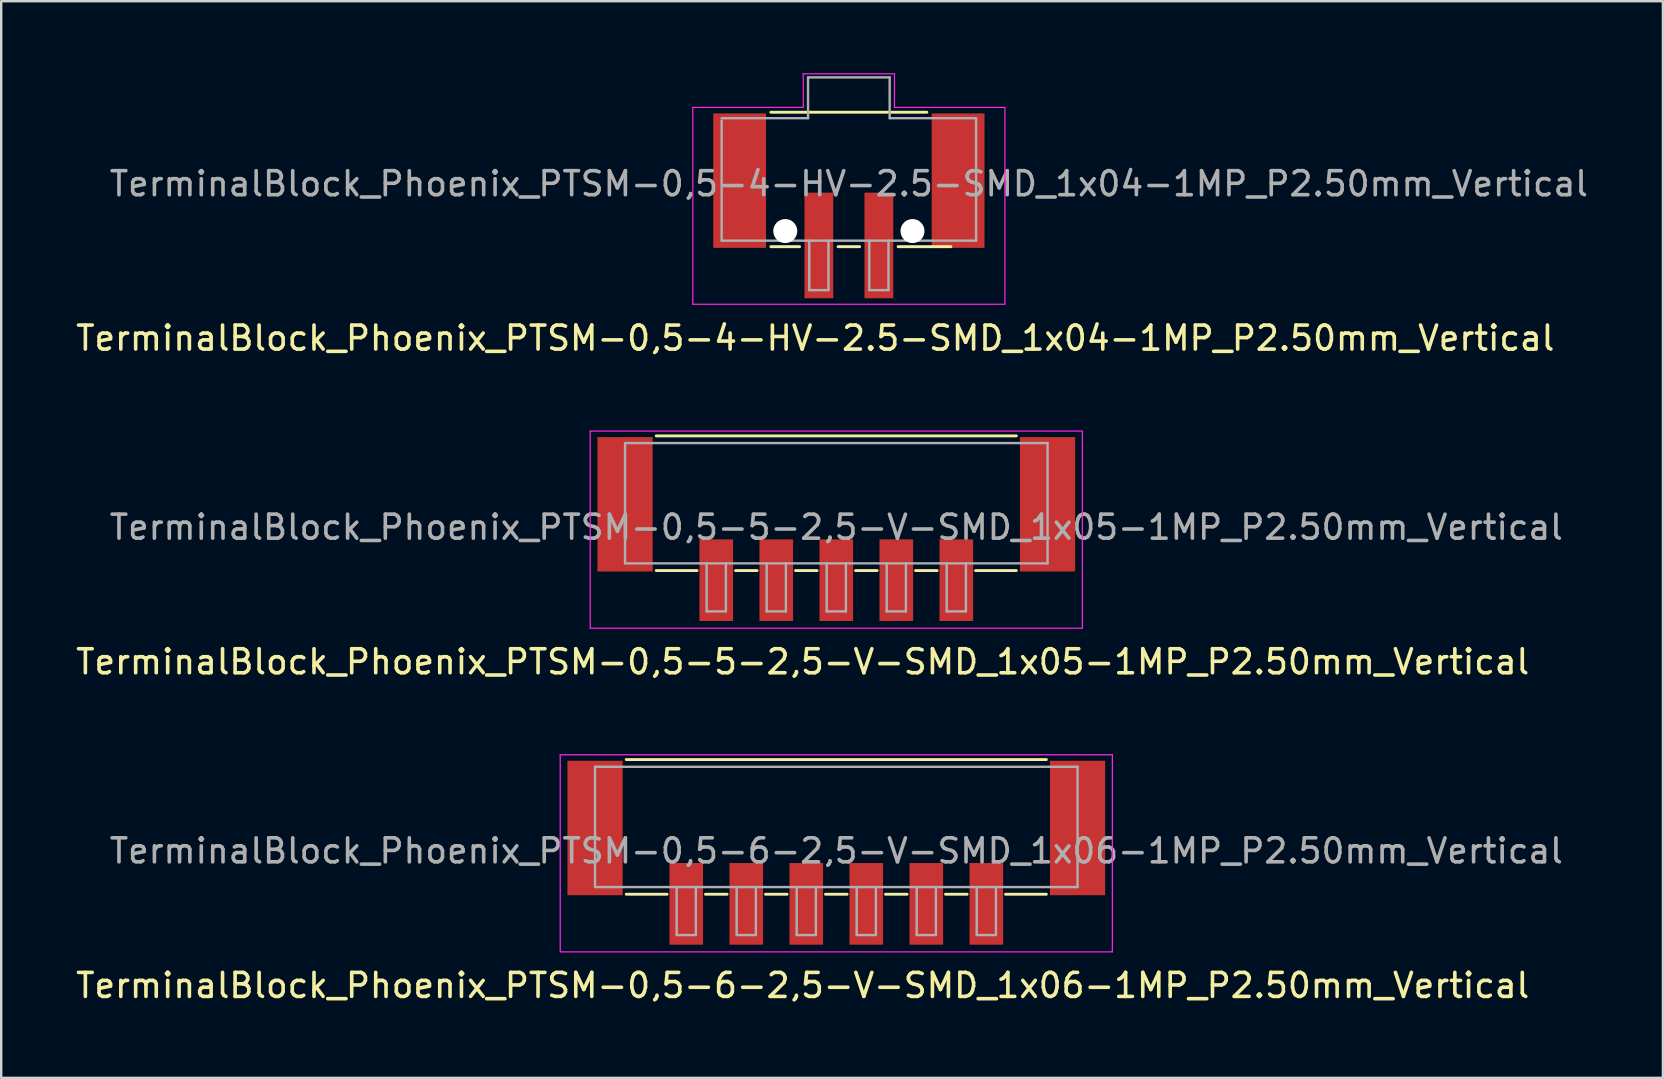
<source format=kicad_pcb>
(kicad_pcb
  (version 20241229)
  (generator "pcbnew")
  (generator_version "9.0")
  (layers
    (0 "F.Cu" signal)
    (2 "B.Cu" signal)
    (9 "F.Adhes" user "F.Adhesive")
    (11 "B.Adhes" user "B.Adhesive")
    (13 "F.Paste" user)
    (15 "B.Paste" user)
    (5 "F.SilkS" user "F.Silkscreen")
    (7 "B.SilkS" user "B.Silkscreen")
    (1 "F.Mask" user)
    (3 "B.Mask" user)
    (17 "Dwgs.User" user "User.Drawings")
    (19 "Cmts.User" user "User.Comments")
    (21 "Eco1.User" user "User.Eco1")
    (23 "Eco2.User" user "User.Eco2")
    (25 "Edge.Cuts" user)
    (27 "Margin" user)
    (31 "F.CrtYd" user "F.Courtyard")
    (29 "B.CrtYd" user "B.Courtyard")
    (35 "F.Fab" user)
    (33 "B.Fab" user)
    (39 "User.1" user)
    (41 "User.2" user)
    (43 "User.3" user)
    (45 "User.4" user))
  (footprint "TerminalBlock_Phoenix_PTSM-0,5-4-HV-2.5-SMD_1x04-1MP_P2.50mm_Vertical"
    (layer "F.Cu")
    (at 32.311 5.525)
    (property "Reference" "TerminalBlock_Phoenix_PTSM-0,5-4-HV-2.5-SMD_1x04-1MP_P2.50mm_Vertical" (at -1.4 5.51 0) (layer "F.SilkS") (effects (font (size 1 1) (thickness 0.15))))
    (attr smd)
    (fp_line (start -3.25 -3.9) (end 3.25 -3.9) (stroke (width 0.12) (type solid)) (layer "F.SilkS"))
    (fp_line (start -2.05 1.7) (end -3.25 1.7) (stroke (width 0.12) (type solid)) (layer "F.SilkS"))
    (fp_line (start 0.45 1.7) (end -0.45 1.7) (stroke (width 0.12) (type solid)) (layer "F.SilkS"))
    (fp_line (start 4.25 1.7) (end 2.05 1.7) (stroke (width 0.12) (type solid)) (layer "F.SilkS"))
    (fp_line (start -6.5 -4.1) (end -1.9 -4.1) (stroke (width 0.05) (type solid)) (layer "F.CrtYd"))
    (fp_line (start -6.5 4.1) (end -6.5 -4.1) (stroke (width 0.05) (type solid)) (layer "F.CrtYd"))
    (fp_line (start -1.9 -5.5) (end 1.9 -5.5) (stroke (width 0.05) (type solid)) (layer "F.CrtYd"))
    (fp_line (start -1.9 -4.1) (end -1.9 -5.5) (stroke (width 0.05) (type solid)) (layer "F.CrtYd"))
    (fp_line (start 1.9 -4.1) (end 1.9 -5.5) (stroke (width 0.05) (type solid)) (layer "F.CrtYd"))
    (fp_line (start 6.5 -4.1) (end 1.9 -4.1) (stroke (width 0.05) (type solid)) (layer "F.CrtYd"))
    (fp_line (start 6.5 -4.1) (end 6.5 4.1) (stroke (width 0.05) (type solid)) (layer "F.CrtYd"))
    (fp_line (start 6.5 4.1) (end -6.5 4.1) (stroke (width 0.05) (type solid)) (layer "F.CrtYd"))
    (fp_line (start -5.3 -3.65) (end -1.7 -3.65) (stroke (width 0.1) (type solid)) (layer "F.Fab"))
    (fp_line (start -5.3 1.45) (end -5.3 -3.55) (stroke (width 0.1) (type solid)) (layer "F.Fab"))
    (fp_line (start -1.7 -5.35) (end 1.7 -5.35) (stroke (width 0.1) (type solid)) (layer "F.Fab"))
    (fp_line (start -1.7 -3.65) (end -1.7 -5.35) (stroke (width 0.1) (type solid)) (layer "F.Fab"))
    (fp_line (start -1.65 1.45) (end -1.65 3.51) (stroke (width 0.1) (type solid)) (layer "F.Fab"))
    (fp_line (start -1.65 3.51) (end -0.85 3.51) (stroke (width 0.1) (type solid)) (layer "F.Fab"))
    (fp_line (start -0.85 1.45) (end -0.85 3.51) (stroke (width 0.1) (type solid)) (layer "F.Fab"))
    (fp_line (start 0.85 1.45) (end 0.85 3.51) (stroke (width 0.1) (type solid)) (layer "F.Fab"))
    (fp_line (start 0.85 3.51) (end 1.65 3.51) (stroke (width 0.1) (type solid)) (layer "F.Fab"))
    (fp_line (start 1.65 1.45) (end 1.65 3.51) (stroke (width 0.1) (type solid)) (layer "F.Fab"))
    (fp_line (start 1.7 -5.35) (end 1.7 -3.65) (stroke (width 0.1) (type solid)) (layer "F.Fab"))
    (fp_line (start 1.7 -3.65) (end 5.3 -3.65) (stroke (width 0.1) (type solid)) (layer "F.Fab"))
    (fp_line (start 5.3 1.45) (end -5.3 1.45) (stroke (width 0.1) (type solid)) (layer "F.Fab"))
    (fp_line (start 5.3 1.45) (end 5.3 -3.6) (stroke (width 0.1) (type solid)) (layer "F.Fab"))
    (fp_text user "${REFERENCE}" (at 0 -0.92 0) (layer "F.Fab") (effects (font (size 1 1) (thickness 0.15))))
    (pad "" np_thru_hole circle (at -2.65 1.05) (size 1 1) (drill 1) (layers "*.Cu" "*.Mask"))
    (pad "" np_thru_hole circle (at 2.65 1.05) (size 1 1) (drill 1) (layers "*.Cu" "*.Mask"))
    (pad "1" smd rect (at -1.25 1.65 180) (size 1.2 4.4) (layers "F.Cu" "F.Mask" "F.Paste"))
    (pad "2" smd rect (at 1.25 1.65 180) (size 1.2 4.4) (layers "F.Cu" "F.Mask" "F.Paste"))
    (pad "MP" smd rect (at -4.55 -1.05 180) (size 2.2 5.6) (layers "F.Cu" "F.Mask" "F.Paste"))
    (pad "MP" smd rect (at 4.55 -1.05 180) (size 2.2 5.6) (layers "F.Cu" "F.Mask" "F.Paste")))
  (footprint "TerminalBlock_Phoenix_PTSM-0,5-6-2,5-V-SMD_1x06-1MP_P2.50mm_Vertical"
    (layer "F.Cu")
    (at 31.787 32.471)
    (property "Reference" "TerminalBlock_Phoenix_PTSM-0,5-6-2,5-V-SMD_1x06-1MP_P2.50mm_Vertical" (at -1.4 5.53 0) (layer "F.SilkS") (effects (font (size 1 1) (thickness 0.15))))
    (attr smd)
    (fp_line (start -8.75 -3.88) (end 8.75 -3.88) (stroke (width 0.12) (type solid)) (layer "F.SilkS"))
    (fp_line (start -7.05 1.73) (end -8.75 1.73) (stroke (width 0.12) (type solid)) (layer "F.SilkS"))
    (fp_line (start -4.55 1.73) (end -5.45 1.73) (stroke (width 0.12) (type solid)) (layer "F.SilkS"))
    (fp_line (start -2.05 1.73) (end -2.95 1.73) (stroke (width 0.12) (type solid)) (layer "F.SilkS"))
    (fp_line (start 0.45 1.73) (end -0.45 1.73) (stroke (width 0.12) (type solid)) (layer "F.SilkS"))
    (fp_line (start 2.95 1.73) (end 2.05 1.73) (stroke (width 0.12) (type solid)) (layer "F.SilkS"))
    (fp_line (start 5.45 1.73) (end 4.55 1.73) (stroke (width 0.12) (type solid)) (layer "F.SilkS"))
    (fp_line (start 8.75 1.73) (end 7.05 1.73) (stroke (width 0.12) (type solid)) (layer "F.SilkS"))
    (fp_line (start -11.5 -4.08) (end 11.5 -4.08) (stroke (width 0.05) (type solid)) (layer "F.CrtYd"))
    (fp_line (start -11.5 4.13) (end -11.5 -4.08) (stroke (width 0.05) (type solid)) (layer "F.CrtYd"))
    (fp_line (start 11.5 -4.08) (end 11.5 4.13) (stroke (width 0.05) (type solid)) (layer "F.CrtYd"))
    (fp_line (start 11.5 4.13) (end -11.5 4.13) (stroke (width 0.05) (type solid)) (layer "F.CrtYd"))
    (fp_line (start -10.05 -3.58) (end 10.05 -3.58) (stroke (width 0.1) (type solid)) (layer "F.Fab"))
    (fp_line (start -10.05 1.43) (end -10.05 -3.58) (stroke (width 0.1) (type solid)) (layer "F.Fab"))
    (fp_line (start -6.65 1.43) (end -6.65 3.43) (stroke (width 0.1) (type solid)) (layer "F.Fab"))
    (fp_line (start -6.65 3.43) (end -5.85 3.43) (stroke (width 0.1) (type solid)) (layer "F.Fab"))
    (fp_line (start -5.85 1.43) (end -5.85 3.43) (stroke (width 0.1) (type solid)) (layer "F.Fab"))
    (fp_line (start -4.15 1.43) (end -4.15 3.43) (stroke (width 0.1) (type solid)) (layer "F.Fab"))
    (fp_line (start -4.15 3.43) (end -3.35 3.43) (stroke (width 0.1) (type solid)) (layer "F.Fab"))
    (fp_line (start -3.35 1.43) (end -3.35 3.43) (stroke (width 0.1) (type solid)) (layer "F.Fab"))
    (fp_line (start -1.65 1.43) (end -1.65 3.43) (stroke (width 0.1) (type solid)) (layer "F.Fab"))
    (fp_line (start -1.65 3.43) (end -0.85 3.43) (stroke (width 0.1) (type solid)) (layer "F.Fab"))
    (fp_line (start -0.85 1.43) (end -0.85 3.43) (stroke (width 0.1) (type solid)) (layer "F.Fab"))
    (fp_line (start 0.85 1.43) (end 0.85 3.43) (stroke (width 0.1) (type solid)) (layer "F.Fab"))
    (fp_line (start 0.85 3.43) (end 1.65 3.43) (stroke (width 0.1) (type solid)) (layer "F.Fab"))
    (fp_line (start 1.65 1.43) (end 1.65 3.43) (stroke (width 0.1) (type solid)) (layer "F.Fab"))
    (fp_line (start 3.35 1.43) (end 3.35 3.43) (stroke (width 0.1) (type solid)) (layer "F.Fab"))
    (fp_line (start 3.35 3.43) (end 4.15 3.43) (stroke (width 0.1) (type solid)) (layer "F.Fab"))
    (fp_line (start 4.15 1.43) (end 4.15 3.43) (stroke (width 0.1) (type solid)) (layer "F.Fab"))
    (fp_line (start 5.85 1.43) (end 5.85 3.43) (stroke (width 0.1) (type solid)) (layer "F.Fab"))
    (fp_line (start 5.85 3.43) (end 6.65 3.43) (stroke (width 0.1) (type solid)) (layer "F.Fab"))
    (fp_line (start 6.65 1.43) (end 6.65 3.43) (stroke (width 0.1) (type solid)) (layer "F.Fab"))
    (fp_line (start 10.05 1.43) (end -10.05 1.43) (stroke (width 0.1) (type solid)) (layer "F.Fab"))
    (fp_line (start 10.05 1.43) (end 10.05 -3.58) (stroke (width 0.1) (type solid)) (layer "F.Fab"))
    (fp_text user "${REFERENCE}" (at 0 -0.075 0) (layer "F.Fab") (effects (font (size 1 1) (thickness 0.15))))
    (pad "1" smd rect (at -6.25 2.13 180) (size 1.4 3.4) (layers "F.Cu" "F.Mask" "F.Paste"))
    (pad "2" smd rect (at -3.75 2.13 180) (size 1.4 3.4) (layers "F.Cu" "F.Mask" "F.Paste"))
    (pad "3" smd rect (at -1.25 2.13 180) (size 1.4 3.4) (layers "F.Cu" "F.Mask" "F.Paste"))
    (pad "4" smd rect (at 1.25 2.13 180) (size 1.4 3.4) (layers "F.Cu" "F.Mask" "F.Paste"))
    (pad "5" smd rect (at 3.75 2.13 180) (size 1.4 3.4) (layers "F.Cu" "F.Mask" "F.Paste"))
    (pad "6" smd rect (at 6.25 2.13 180) (size 1.4 3.4) (layers "F.Cu" "F.Mask" "F.Paste"))
    (pad "MP" smd rect (at -10.05 -1.03 180) (size 2.3 5.6) (layers "F.Cu" "F.Mask" "F.Paste"))
    (pad "MP" smd rect (at 10.05 -1.03 180) (size 2.3 5.6) (layers "F.Cu" "F.Mask" "F.Paste")))
  (footprint "TerminalBlock_Phoenix_PTSM-0,5-5-2,5-V-SMD_1x05-1MP_P2.50mm_Vertical"
    (layer "F.Cu")
    (at 31.787 18.988)
    (property "Reference" "TerminalBlock_Phoenix_PTSM-0,5-5-2,5-V-SMD_1x05-1MP_P2.50mm_Vertical" (at -1.4 5.53 0) (layer "F.SilkS") (effects (font (size 1 1) (thickness 0.15))))
    (attr smd)
    (fp_line (start -7.5 -3.88) (end 7.5 -3.88) (stroke (width 0.12) (type solid)) (layer "F.SilkS"))
    (fp_line (start -5.8 1.73) (end -7.5 1.73) (stroke (width 0.12) (type solid)) (layer "F.SilkS"))
    (fp_line (start -3.3 1.73) (end -4.2 1.73) (stroke (width 0.12) (type solid)) (layer "F.SilkS"))
    (fp_line (start -0.8 1.73) (end -1.7 1.73) (stroke (width 0.12) (type solid)) (layer "F.SilkS"))
    (fp_line (start 1.7 1.73) (end 0.8 1.73) (stroke (width 0.12) (type solid)) (layer "F.SilkS"))
    (fp_line (start 4.2 1.73) (end 3.3 1.73) (stroke (width 0.12) (type solid)) (layer "F.SilkS"))
    (fp_line (start 7.5 1.73) (end 5.8 1.73) (stroke (width 0.12) (type solid)) (layer "F.SilkS"))
    (fp_line (start -10.25 -4.08) (end 10.25 -4.08) (stroke (width 0.05) (type solid)) (layer "F.CrtYd"))
    (fp_line (start -10.25 4.13) (end -10.25 -4.08) (stroke (width 0.05) (type solid)) (layer "F.CrtYd"))
    (fp_line (start 10.25 -4.08) (end 10.25 4.13) (stroke (width 0.05) (type solid)) (layer "F.CrtYd"))
    (fp_line (start 10.25 4.13) (end -10.25 4.13) (stroke (width 0.05) (type solid)) (layer "F.CrtYd"))
    (fp_line (start -8.8 -3.58) (end 8.8 -3.58) (stroke (width 0.1) (type solid)) (layer "F.Fab"))
    (fp_line (start -8.8 1.43) (end -8.8 -3.58) (stroke (width 0.1) (type solid)) (layer "F.Fab"))
    (fp_line (start -5.4 1.43) (end -5.4 3.43) (stroke (width 0.1) (type solid)) (layer "F.Fab"))
    (fp_line (start -5.4 3.43) (end -4.6 3.43) (stroke (width 0.1) (type solid)) (layer "F.Fab"))
    (fp_line (start -4.6 1.43) (end -4.6 3.43) (stroke (width 0.1) (type solid)) (layer "F.Fab"))
    (fp_line (start -2.9 1.43) (end -2.9 3.43) (stroke (width 0.1) (type solid)) (layer "F.Fab"))
    (fp_line (start -2.9 3.43) (end -2.1 3.43) (stroke (width 0.1) (type solid)) (layer "F.Fab"))
    (fp_line (start -2.1 1.43) (end -2.1 3.43) (stroke (width 0.1) (type solid)) (layer "F.Fab"))
    (fp_line (start -0.4 1.43) (end -0.4 3.43) (stroke (width 0.1) (type solid)) (layer "F.Fab"))
    (fp_line (start -0.4 3.43) (end 0.4 3.43) (stroke (width 0.1) (type solid)) (layer "F.Fab"))
    (fp_line (start 0.4 1.43) (end 0.4 3.43) (stroke (width 0.1) (type solid)) (layer "F.Fab"))
    (fp_line (start 2.1 1.43) (end 2.1 3.43) (stroke (width 0.1) (type solid)) (layer "F.Fab"))
    (fp_line (start 2.1 3.43) (end 2.9 3.43) (stroke (width 0.1) (type solid)) (layer "F.Fab"))
    (fp_line (start 2.9 1.43) (end 2.9 3.43) (stroke (width 0.1) (type solid)) (layer "F.Fab"))
    (fp_line (start 4.6 1.43) (end 4.6 3.43) (stroke (width 0.1) (type solid)) (layer "F.Fab"))
    (fp_line (start 4.6 3.43) (end 5.4 3.43) (stroke (width 0.1) (type solid)) (layer "F.Fab"))
    (fp_line (start 5.4 1.43) (end 5.4 3.43) (stroke (width 0.1) (type solid)) (layer "F.Fab"))
    (fp_line (start 8.8 1.43) (end -8.8 1.43) (stroke (width 0.1) (type solid)) (layer "F.Fab"))
    (fp_line (start 8.8 1.43) (end 8.8 -3.58) (stroke (width 0.1) (type solid)) (layer "F.Fab"))
    (fp_text user "${REFERENCE}" (at 0 -0.075 0) (layer "F.Fab") (effects (font (size 1 1) (thickness 0.15))))
    (pad "1" smd rect (at -5 2.13 180) (size 1.4 3.4) (layers "F.Cu" "F.Mask" "F.Paste"))
    (pad "2" smd rect (at -2.5 2.13 180) (size 1.4 3.4) (layers "F.Cu" "F.Mask" "F.Paste"))
    (pad "3" smd rect (at 0 2.13 180) (size 1.4 3.4) (layers "F.Cu" "F.Mask" "F.Paste"))
    (pad "4" smd rect (at 2.5 2.13 180) (size 1.4 3.4) (layers "F.Cu" "F.Mask" "F.Paste"))
    (pad "5" smd rect (at 5 2.13 180) (size 1.4 3.4) (layers "F.Cu" "F.Mask" "F.Paste"))
    (pad "MP" smd rect (at -8.8 -1.03 180) (size 2.3 5.6) (layers "F.Cu" "F.Mask" "F.Paste"))
    (pad "MP" smd rect (at 8.8 -1.03 180) (size 2.3 5.6) (layers "F.Cu" "F.Mask" "F.Paste")))
  (gr_rect
    (start -3 -3)
    (end 66.221 41.85)
    (stroke (width 0.1) (type default))
    (fill no)
    (layer "Edge.Cuts")))
</source>
